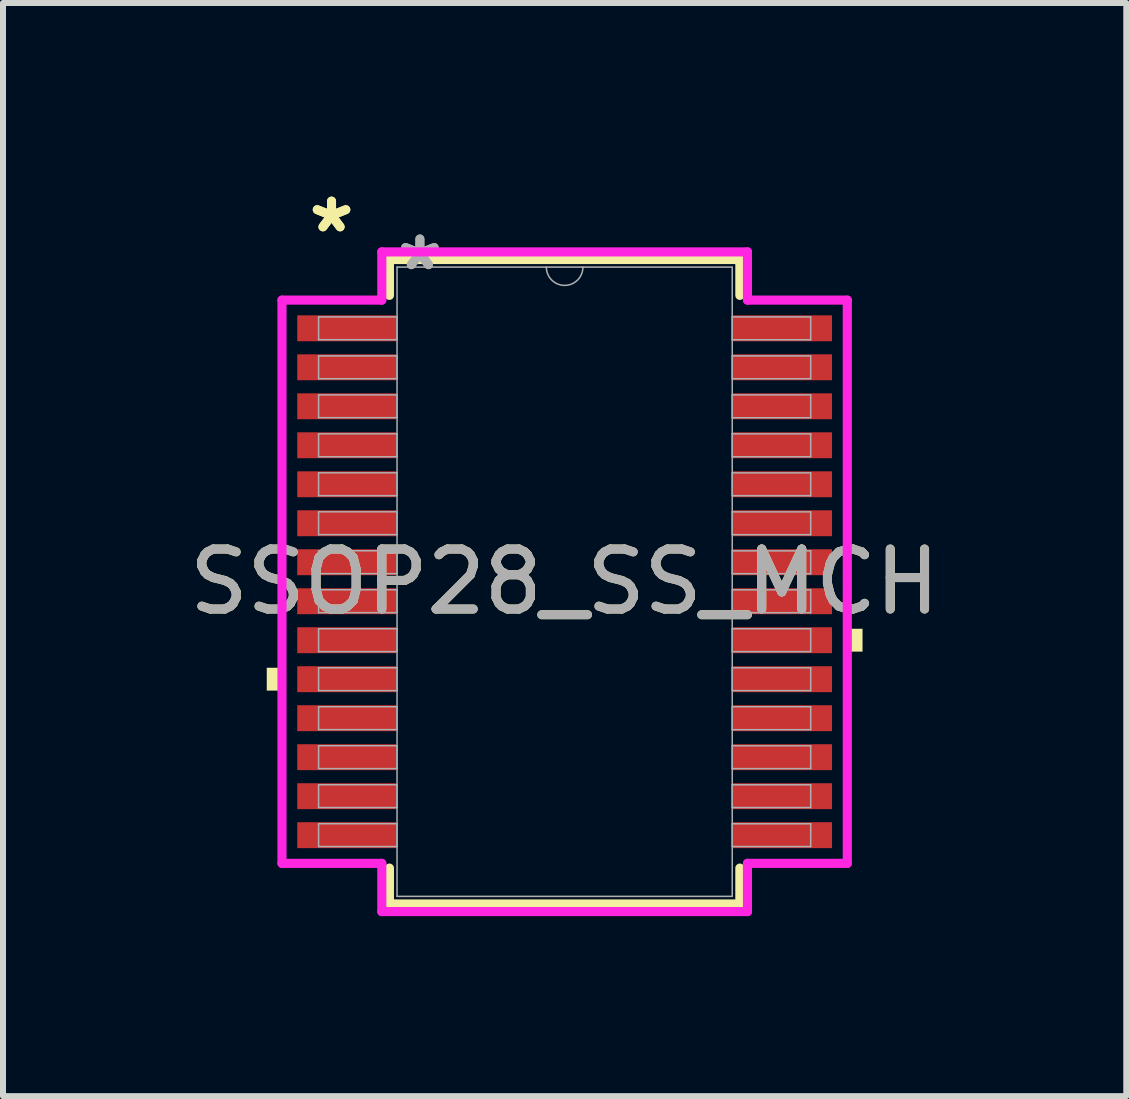
<source format=kicad_pcb>
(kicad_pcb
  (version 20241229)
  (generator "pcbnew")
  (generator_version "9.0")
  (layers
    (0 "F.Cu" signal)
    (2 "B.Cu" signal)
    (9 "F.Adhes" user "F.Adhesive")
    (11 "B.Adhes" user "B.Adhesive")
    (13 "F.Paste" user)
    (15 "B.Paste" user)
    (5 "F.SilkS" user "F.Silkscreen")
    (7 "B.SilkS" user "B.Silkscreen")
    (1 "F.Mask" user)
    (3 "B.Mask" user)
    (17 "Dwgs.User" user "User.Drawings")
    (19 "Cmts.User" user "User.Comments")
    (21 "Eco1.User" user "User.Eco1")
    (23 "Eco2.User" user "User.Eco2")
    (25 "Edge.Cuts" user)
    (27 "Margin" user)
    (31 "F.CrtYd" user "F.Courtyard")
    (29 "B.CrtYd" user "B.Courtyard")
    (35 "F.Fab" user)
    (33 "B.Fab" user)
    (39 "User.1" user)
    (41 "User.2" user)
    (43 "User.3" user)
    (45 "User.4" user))
  (footprint "SSOP28_SS_MCH"
    (layer "F.Cu")
    (at 6.363 6.648)
    (property "Reference" "SSOP28_SS_MCH" (at 0 0 0) (unlocked yes) (layer "F.SilkS") (effects (font (size 1 1) (thickness 0.15))))
    (attr smd)
    (fp_line (start -2.921 -5.372) (end -2.921 -4.774) (stroke (width 0.152) (type solid)) (layer "F.SilkS"))
    (fp_line (start -2.921 4.774) (end -2.921 5.372) (stroke (width 0.152) (type solid)) (layer "F.SilkS"))
    (fp_line (start -2.921 5.372) (end 2.921 5.372) (stroke (width 0.152) (type solid)) (layer "F.SilkS"))
    (fp_line (start 2.921 -5.372) (end -2.921 -5.372) (stroke (width 0.152) (type solid)) (layer "F.SilkS"))
    (fp_line (start 2.921 -4.774) (end 2.921 -5.372) (stroke (width 0.152) (type solid)) (layer "F.SilkS"))
    (fp_line (start 2.921 5.372) (end 2.921 4.774) (stroke (width 0.152) (type solid)) (layer "F.SilkS"))
    (fp_poly (pts (xy -4.966 1.434) (xy -4.966 1.815) (xy -4.712 1.815) (xy -4.712 1.434)) (stroke (width 0) (type solid)) (fill yes) (layer "F.SilkS"))
    (fp_poly (pts (xy 4.966 0.784) (xy 4.966 1.165) (xy 4.712 1.165) (xy 4.712 0.784)) (stroke (width 0) (type solid)) (fill yes) (layer "F.SilkS"))
    (fp_line (start -4.712 -4.695) (end -3.048 -4.695) (stroke (width 0.152) (type solid)) (layer "F.CrtYd"))
    (fp_line (start -4.712 4.695) (end -4.712 -4.695) (stroke (width 0.152) (type solid)) (layer "F.CrtYd"))
    (fp_line (start -4.712 4.695) (end -3.048 4.695) (stroke (width 0.152) (type solid)) (layer "F.CrtYd"))
    (fp_line (start -3.048 -5.499) (end 3.048 -5.499) (stroke (width 0.152) (type solid)) (layer "F.CrtYd"))
    (fp_line (start -3.048 -4.695) (end -3.048 -5.499) (stroke (width 0.152) (type solid)) (layer "F.CrtYd"))
    (fp_line (start -3.048 5.499) (end -3.048 4.695) (stroke (width 0.152) (type solid)) (layer "F.CrtYd"))
    (fp_line (start 3.048 -5.499) (end 3.048 -4.695) (stroke (width 0.152) (type solid)) (layer "F.CrtYd"))
    (fp_line (start 3.048 4.695) (end 3.048 5.499) (stroke (width 0.152) (type solid)) (layer "F.CrtYd"))
    (fp_line (start 3.048 5.499) (end -3.048 5.499) (stroke (width 0.152) (type solid)) (layer "F.CrtYd"))
    (fp_line (start 4.712 -4.695) (end 3.048 -4.695) (stroke (width 0.152) (type solid)) (layer "F.CrtYd"))
    (fp_line (start 4.712 -4.695) (end 4.712 4.695) (stroke (width 0.152) (type solid)) (layer "F.CrtYd"))
    (fp_line (start 4.712 4.695) (end 3.048 4.695) (stroke (width 0.152) (type solid)) (layer "F.CrtYd"))
    (fp_line (start -4.102 -4.415) (end -4.102 -4.035) (stroke (width 0.025) (type solid)) (layer "F.Fab"))
    (fp_line (start -4.102 -4.035) (end -2.794 -4.035) (stroke (width 0.025) (type solid)) (layer "F.Fab"))
    (fp_line (start -4.102 -3.765) (end -4.102 -3.385) (stroke (width 0.025) (type solid)) (layer "F.Fab"))
    (fp_line (start -4.102 -3.385) (end -2.794 -3.385) (stroke (width 0.025) (type solid)) (layer "F.Fab"))
    (fp_line (start -4.102 -3.115) (end -4.102 -2.735) (stroke (width 0.025) (type solid)) (layer "F.Fab"))
    (fp_line (start -4.102 -2.735) (end -2.794 -2.735) (stroke (width 0.025) (type solid)) (layer "F.Fab"))
    (fp_line (start -4.102 -2.466) (end -4.102 -2.084) (stroke (width 0.025) (type solid)) (layer "F.Fab"))
    (fp_line (start -4.102 -2.084) (end -2.794 -2.084) (stroke (width 0.025) (type solid)) (layer "F.Fab"))
    (fp_line (start -4.102 -1.816) (end -4.102 -1.435) (stroke (width 0.025) (type solid)) (layer "F.Fab"))
    (fp_line (start -4.102 -1.435) (end -2.794 -1.435) (stroke (width 0.025) (type solid)) (layer "F.Fab"))
    (fp_line (start -4.102 -1.166) (end -4.102 -0.785) (stroke (width 0.025) (type solid)) (layer "F.Fab"))
    (fp_line (start -4.102 -0.785) (end -2.794 -0.785) (stroke (width 0.025) (type solid)) (layer "F.Fab"))
    (fp_line (start -4.102 -0.516) (end -4.102 -0.135) (stroke (width 0.025) (type solid)) (layer "F.Fab"))
    (fp_line (start -4.102 -0.135) (end -2.794 -0.135) (stroke (width 0.025) (type solid)) (layer "F.Fab"))
    (fp_line (start -4.102 0.134) (end -4.102 0.515) (stroke (width 0.025) (type solid)) (layer "F.Fab"))
    (fp_line (start -4.102 0.515) (end -2.794 0.515) (stroke (width 0.025) (type solid)) (layer "F.Fab"))
    (fp_line (start -4.102 0.784) (end -4.102 1.165) (stroke (width 0.025) (type solid)) (layer "F.Fab"))
    (fp_line (start -4.102 1.165) (end -2.794 1.165) (stroke (width 0.025) (type solid)) (layer "F.Fab"))
    (fp_line (start -4.102 1.434) (end -4.102 1.815) (stroke (width 0.025) (type solid)) (layer "F.Fab"))
    (fp_line (start -4.102 1.815) (end -2.794 1.815) (stroke (width 0.025) (type solid)) (layer "F.Fab"))
    (fp_line (start -4.102 2.084) (end -4.102 2.465) (stroke (width 0.025) (type solid)) (layer "F.Fab"))
    (fp_line (start -4.102 2.465) (end -2.794 2.465) (stroke (width 0.025) (type solid)) (layer "F.Fab"))
    (fp_line (start -4.102 2.734) (end -4.102 3.115) (stroke (width 0.025) (type solid)) (layer "F.Fab"))
    (fp_line (start -4.102 3.115) (end -2.794 3.115) (stroke (width 0.025) (type solid)) (layer "F.Fab"))
    (fp_line (start -4.102 3.384) (end -4.102 3.765) (stroke (width 0.025) (type solid)) (layer "F.Fab"))
    (fp_line (start -4.102 3.765) (end -2.794 3.765) (stroke (width 0.025) (type solid)) (layer "F.Fab"))
    (fp_line (start -4.102 4.034) (end -4.102 4.415) (stroke (width 0.025) (type solid)) (layer "F.Fab"))
    (fp_line (start -4.102 4.415) (end -2.794 4.415) (stroke (width 0.025) (type solid)) (layer "F.Fab"))
    (fp_line (start -2.794 -5.245) (end -2.794 5.245) (stroke (width 0.025) (type solid)) (layer "F.Fab"))
    (fp_line (start -2.794 -4.415) (end -4.102 -4.415) (stroke (width 0.025) (type solid)) (layer "F.Fab"))
    (fp_line (start -2.794 -4.035) (end -2.794 -4.415) (stroke (width 0.025) (type solid)) (layer "F.Fab"))
    (fp_line (start -2.794 -3.765) (end -4.102 -3.765) (stroke (width 0.025) (type solid)) (layer "F.Fab"))
    (fp_line (start -2.794 -3.385) (end -2.794 -3.765) (stroke (width 0.025) (type solid)) (layer "F.Fab"))
    (fp_line (start -2.794 -3.115) (end -4.102 -3.115) (stroke (width 0.025) (type solid)) (layer "F.Fab"))
    (fp_line (start -2.794 -2.735) (end -2.794 -3.115) (stroke (width 0.025) (type solid)) (layer "F.Fab"))
    (fp_line (start -2.794 -2.466) (end -4.102 -2.466) (stroke (width 0.025) (type solid)) (layer "F.Fab"))
    (fp_line (start -2.794 -2.084) (end -2.794 -2.466) (stroke (width 0.025) (type solid)) (layer "F.Fab"))
    (fp_line (start -2.794 -1.816) (end -4.102 -1.816) (stroke (width 0.025) (type solid)) (layer "F.Fab"))
    (fp_line (start -2.794 -1.435) (end -2.794 -1.816) (stroke (width 0.025) (type solid)) (layer "F.Fab"))
    (fp_line (start -2.794 -1.166) (end -4.102 -1.166) (stroke (width 0.025) (type solid)) (layer "F.Fab"))
    (fp_line (start -2.794 -0.785) (end -2.794 -1.166) (stroke (width 0.025) (type solid)) (layer "F.Fab"))
    (fp_line (start -2.794 -0.516) (end -4.102 -0.516) (stroke (width 0.025) (type solid)) (layer "F.Fab"))
    (fp_line (start -2.794 -0.135) (end -2.794 -0.516) (stroke (width 0.025) (type solid)) (layer "F.Fab"))
    (fp_line (start -2.794 0.134) (end -4.102 0.134) (stroke (width 0.025) (type solid)) (layer "F.Fab"))
    (fp_line (start -2.794 0.515) (end -2.794 0.134) (stroke (width 0.025) (type solid)) (layer "F.Fab"))
    (fp_line (start -2.794 0.784) (end -4.102 0.784) (stroke (width 0.025) (type solid)) (layer "F.Fab"))
    (fp_line (start -2.794 1.165) (end -2.794 0.784) (stroke (width 0.025) (type solid)) (layer "F.Fab"))
    (fp_line (start -2.794 1.434) (end -4.102 1.434) (stroke (width 0.025) (type solid)) (layer "F.Fab"))
    (fp_line (start -2.794 1.815) (end -2.794 1.434) (stroke (width 0.025) (type solid)) (layer "F.Fab"))
    (fp_line (start -2.794 2.084) (end -4.102 2.084) (stroke (width 0.025) (type solid)) (layer "F.Fab"))
    (fp_line (start -2.794 2.465) (end -2.794 2.084) (stroke (width 0.025) (type solid)) (layer "F.Fab"))
    (fp_line (start -2.794 2.734) (end -4.102 2.734) (stroke (width 0.025) (type solid)) (layer "F.Fab"))
    (fp_line (start -2.794 3.115) (end -2.794 2.734) (stroke (width 0.025) (type solid)) (layer "F.Fab"))
    (fp_line (start -2.794 3.384) (end -4.102 3.384) (stroke (width 0.025) (type solid)) (layer "F.Fab"))
    (fp_line (start -2.794 3.765) (end -2.794 3.384) (stroke (width 0.025) (type solid)) (layer "F.Fab"))
    (fp_line (start -2.794 4.034) (end -4.102 4.034) (stroke (width 0.025) (type solid)) (layer "F.Fab"))
    (fp_line (start -2.794 4.415) (end -2.794 4.034) (stroke (width 0.025) (type solid)) (layer "F.Fab"))
    (fp_line (start -2.794 5.245) (end 2.794 5.245) (stroke (width 0.025) (type solid)) (layer "F.Fab"))
    (fp_line (start 2.794 -5.245) (end -2.794 -5.245) (stroke (width 0.025) (type solid)) (layer "F.Fab"))
    (fp_line (start 2.794 -4.415) (end 2.794 -4.034) (stroke (width 0.025) (type solid)) (layer "F.Fab"))
    (fp_line (start 2.794 -4.034) (end 4.102 -4.034) (stroke (width 0.025) (type solid)) (layer "F.Fab"))
    (fp_line (start 2.794 -3.765) (end 2.794 -3.384) (stroke (width 0.025) (type solid)) (layer "F.Fab"))
    (fp_line (start 2.794 -3.384) (end 4.102 -3.384) (stroke (width 0.025) (type solid)) (layer "F.Fab"))
    (fp_line (start 2.794 -3.115) (end 2.794 -2.734) (stroke (width 0.025) (type solid)) (layer "F.Fab"))
    (fp_line (start 2.794 -2.734) (end 4.102 -2.734) (stroke (width 0.025) (type solid)) (layer "F.Fab"))
    (fp_line (start 2.794 -2.465) (end 2.794 -2.084) (stroke (width 0.025) (type solid)) (layer "F.Fab"))
    (fp_line (start 2.794 -2.084) (end 4.102 -2.084) (stroke (width 0.025) (type solid)) (layer "F.Fab"))
    (fp_line (start 2.794 -1.815) (end 2.794 -1.434) (stroke (width 0.025) (type solid)) (layer "F.Fab"))
    (fp_line (start 2.794 -1.434) (end 4.102 -1.434) (stroke (width 0.025) (type solid)) (layer "F.Fab"))
    (fp_line (start 2.794 -1.165) (end 2.794 -0.784) (stroke (width 0.025) (type solid)) (layer "F.Fab"))
    (fp_line (start 2.794 -0.784) (end 4.102 -0.784) (stroke (width 0.025) (type solid)) (layer "F.Fab"))
    (fp_line (start 2.794 -0.515) (end 2.794 -0.134) (stroke (width 0.025) (type solid)) (layer "F.Fab"))
    (fp_line (start 2.794 -0.134) (end 4.102 -0.134) (stroke (width 0.025) (type solid)) (layer "F.Fab"))
    (fp_line (start 2.794 0.135) (end 2.794 0.516) (stroke (width 0.025) (type solid)) (layer "F.Fab"))
    (fp_line (start 2.794 0.516) (end 4.102 0.516) (stroke (width 0.025) (type solid)) (layer "F.Fab"))
    (fp_line (start 2.794 0.784) (end 2.794 1.165) (stroke (width 0.025) (type solid)) (layer "F.Fab"))
    (fp_line (start 2.794 1.165) (end 4.102 1.165) (stroke (width 0.025) (type solid)) (layer "F.Fab"))
    (fp_line (start 2.794 1.435) (end 2.794 1.815) (stroke (width 0.025) (type solid)) (layer "F.Fab"))
    (fp_line (start 2.794 1.815) (end 4.102 1.815) (stroke (width 0.025) (type solid)) (layer "F.Fab"))
    (fp_line (start 2.794 2.084) (end 2.794 2.466) (stroke (width 0.025) (type solid)) (layer "F.Fab"))
    (fp_line (start 2.794 2.466) (end 4.102 2.466) (stroke (width 0.025) (type solid)) (layer "F.Fab"))
    (fp_line (start 2.794 2.735) (end 2.794 3.115) (stroke (width 0.025) (type solid)) (layer "F.Fab"))
    (fp_line (start 2.794 3.115) (end 4.102 3.115) (stroke (width 0.025) (type solid)) (layer "F.Fab"))
    (fp_line (start 2.794 3.385) (end 2.794 3.765) (stroke (width 0.025) (type solid)) (layer "F.Fab"))
    (fp_line (start 2.794 3.765) (end 4.102 3.765) (stroke (width 0.025) (type solid)) (layer "F.Fab"))
    (fp_line (start 2.794 4.035) (end 2.794 4.415) (stroke (width 0.025) (type solid)) (layer "F.Fab"))
    (fp_line (start 2.794 4.415) (end 4.102 4.415) (stroke (width 0.025) (type solid)) (layer "F.Fab"))
    (fp_line (start 2.794 5.245) (end 2.794 -5.245) (stroke (width 0.025) (type solid)) (layer "F.Fab"))
    (fp_line (start 4.102 -4.415) (end 2.794 -4.415) (stroke (width 0.025) (type solid)) (layer "F.Fab"))
    (fp_line (start 4.102 -4.034) (end 4.102 -4.415) (stroke (width 0.025) (type solid)) (layer "F.Fab"))
    (fp_line (start 4.102 -3.765) (end 2.794 -3.765) (stroke (width 0.025) (type solid)) (layer "F.Fab"))
    (fp_line (start 4.102 -3.384) (end 4.102 -3.765) (stroke (width 0.025) (type solid)) (layer "F.Fab"))
    (fp_line (start 4.102 -3.115) (end 2.794 -3.115) (stroke (width 0.025) (type solid)) (layer "F.Fab"))
    (fp_line (start 4.102 -2.734) (end 4.102 -3.115) (stroke (width 0.025) (type solid)) (layer "F.Fab"))
    (fp_line (start 4.102 -2.465) (end 2.794 -2.465) (stroke (width 0.025) (type solid)) (layer "F.Fab"))
    (fp_line (start 4.102 -2.084) (end 4.102 -2.465) (stroke (width 0.025) (type solid)) (layer "F.Fab"))
    (fp_line (start 4.102 -1.815) (end 2.794 -1.815) (stroke (width 0.025) (type solid)) (layer "F.Fab"))
    (fp_line (start 4.102 -1.434) (end 4.102 -1.815) (stroke (width 0.025) (type solid)) (layer "F.Fab"))
    (fp_line (start 4.102 -1.165) (end 2.794 -1.165) (stroke (width 0.025) (type solid)) (layer "F.Fab"))
    (fp_line (start 4.102 -0.784) (end 4.102 -1.165) (stroke (width 0.025) (type solid)) (layer "F.Fab"))
    (fp_line (start 4.102 -0.515) (end 2.794 -0.515) (stroke (width 0.025) (type solid)) (layer "F.Fab"))
    (fp_line (start 4.102 -0.134) (end 4.102 -0.515) (stroke (width 0.025) (type solid)) (layer "F.Fab"))
    (fp_line (start 4.102 0.135) (end 2.794 0.135) (stroke (width 0.025) (type solid)) (layer "F.Fab"))
    (fp_line (start 4.102 0.516) (end 4.102 0.135) (stroke (width 0.025) (type solid)) (layer "F.Fab"))
    (fp_line (start 4.102 0.784) (end 2.794 0.784) (stroke (width 0.025) (type solid)) (layer "F.Fab"))
    (fp_line (start 4.102 1.165) (end 4.102 0.784) (stroke (width 0.025) (type solid)) (layer "F.Fab"))
    (fp_line (start 4.102 1.435) (end 2.794 1.435) (stroke (width 0.025) (type solid)) (layer "F.Fab"))
    (fp_line (start 4.102 1.815) (end 4.102 1.435) (stroke (width 0.025) (type solid)) (layer "F.Fab"))
    (fp_line (start 4.102 2.084) (end 2.794 2.084) (stroke (width 0.025) (type solid)) (layer "F.Fab"))
    (fp_line (start 4.102 2.466) (end 4.102 2.084) (stroke (width 0.025) (type solid)) (layer "F.Fab"))
    (fp_line (start 4.102 2.735) (end 2.794 2.735) (stroke (width 0.025) (type solid)) (layer "F.Fab"))
    (fp_line (start 4.102 3.115) (end 4.102 2.735) (stroke (width 0.025) (type solid)) (layer "F.Fab"))
    (fp_line (start 4.102 3.385) (end 2.794 3.385) (stroke (width 0.025) (type solid)) (layer "F.Fab"))
    (fp_line (start 4.102 3.765) (end 4.102 3.385) (stroke (width 0.025) (type solid)) (layer "F.Fab"))
    (fp_line (start 4.102 4.035) (end 2.794 4.035) (stroke (width 0.025) (type solid)) (layer "F.Fab"))
    (fp_line (start 4.102 4.415) (end 4.102 4.035) (stroke (width 0.025) (type solid)) (layer "F.Fab"))
    (fp_arc (start 0.3048 -5.2451) (mid 0 -4.9403) (end -0.3048 -5.2451) (stroke (width 0.0254) (type solid)) (layer "F.Fab"))
    (fp_text user "*" (at -3.886 -5.8 0) (unlocked yes) (layer "F.SilkS") (effects (font (size 1 1) (thickness 0.15))))
    (fp_text user "*" (at -3.886 -5.8 0) (layer "F.SilkS") (effects (font (size 1 1) (thickness 0.15))))
    (fp_text user "${REFERENCE}" (at 0 0 0) (unlocked yes) (layer "F.Fab") (effects (font (size 1 1) (thickness 0.15))))
    (fp_text user "*" (at -2.413 -5.169 0) (layer "F.Fab") (effects (font (size 1 1) (thickness 0.15))))
    (fp_text user "*" (at -2.413 -5.169 0) (unlocked yes) (layer "F.Fab") (effects (font (size 1 1) (thickness 0.15))))
    (pad "1" smd rect (at -3.632 -4.225) (size 1.651 0.432) (layers "F.Cu" "F.Mask" "F.Paste"))
    (pad "2" smd rect (at -3.632 -3.575) (size 1.651 0.432) (layers "F.Cu" "F.Mask" "F.Paste"))
    (pad "3" smd rect (at -3.632 -2.925) (size 1.651 0.432) (layers "F.Cu" "F.Mask" "F.Paste"))
    (pad "4" smd rect (at -3.632 -2.275) (size 1.651 0.432) (layers "F.Cu" "F.Mask" "F.Paste"))
    (pad "5" smd rect (at -3.632 -1.625) (size 1.651 0.432) (layers "F.Cu" "F.Mask" "F.Paste"))
    (pad "6" smd rect (at -3.632 -0.975) (size 1.651 0.432) (layers "F.Cu" "F.Mask" "F.Paste"))
    (pad "7" smd rect (at -3.632 -0.325) (size 1.651 0.432) (layers "F.Cu" "F.Mask" "F.Paste"))
    (pad "8" smd rect (at -3.632 0.325) (size 1.651 0.432) (layers "F.Cu" "F.Mask" "F.Paste"))
    (pad "9" smd rect (at -3.632 0.975) (size 1.651 0.432) (layers "F.Cu" "F.Mask" "F.Paste"))
    (pad "10" smd rect (at -3.632 1.625) (size 1.651 0.432) (layers "F.Cu" "F.Mask" "F.Paste"))
    (pad "11" smd rect (at -3.632 2.275) (size 1.651 0.432) (layers "F.Cu" "F.Mask" "F.Paste"))
    (pad "12" smd rect (at -3.632 2.925) (size 1.651 0.432) (layers "F.Cu" "F.Mask" "F.Paste"))
    (pad "13" smd rect (at -3.632 3.575) (size 1.651 0.432) (layers "F.Cu" "F.Mask" "F.Paste"))
    (pad "14" smd rect (at -3.632 4.225) (size 1.651 0.432) (layers "F.Cu" "F.Mask" "F.Paste"))
    (pad "15" smd rect (at 3.632 4.225) (size 1.651 0.432) (layers "F.Cu" "F.Mask" "F.Paste"))
    (pad "16" smd rect (at 3.632 3.575) (size 1.651 0.432) (layers "F.Cu" "F.Mask" "F.Paste"))
    (pad "17" smd rect (at 3.632 2.925) (size 1.651 0.432) (layers "F.Cu" "F.Mask" "F.Paste"))
    (pad "18" smd rect (at 3.632 2.275) (size 1.651 0.432) (layers "F.Cu" "F.Mask" "F.Paste"))
    (pad "19" smd rect (at 3.632 1.625) (size 1.651 0.432) (layers "F.Cu" "F.Mask" "F.Paste"))
    (pad "20" smd rect (at 3.632 0.975) (size 1.651 0.432) (layers "F.Cu" "F.Mask" "F.Paste"))
    (pad "21" smd rect (at 3.632 0.325) (size 1.651 0.432) (layers "F.Cu" "F.Mask" "F.Paste"))
    (pad "22" smd rect (at 3.632 -0.325) (size 1.651 0.432) (layers "F.Cu" "F.Mask" "F.Paste"))
    (pad "23" smd rect (at 3.632 -0.975) (size 1.651 0.432) (layers "F.Cu" "F.Mask" "F.Paste"))
    (pad "24" smd rect (at 3.632 -1.625) (size 1.651 0.432) (layers "F.Cu" "F.Mask" "F.Paste"))
    (pad "25" smd rect (at 3.632 -2.275) (size 1.651 0.432) (layers "F.Cu" "F.Mask" "F.Paste"))
    (pad "26" smd rect (at 3.632 -2.925) (size 1.651 0.432) (layers "F.Cu" "F.Mask" "F.Paste"))
    (pad "27" smd rect (at 3.632 -3.575) (size 1.651 0.432) (layers "F.Cu" "F.Mask" "F.Paste"))
    (pad "28" smd rect (at 3.632 -4.225) (size 1.651 0.432) (layers "F.Cu" "F.Mask" "F.Paste")))
  (gr_rect
    (start -3 -3)
    (end 15.726 15.223)
    (stroke (width 0.1) (type default))
    (fill no)
    (layer "Edge.Cuts")))
</source>
